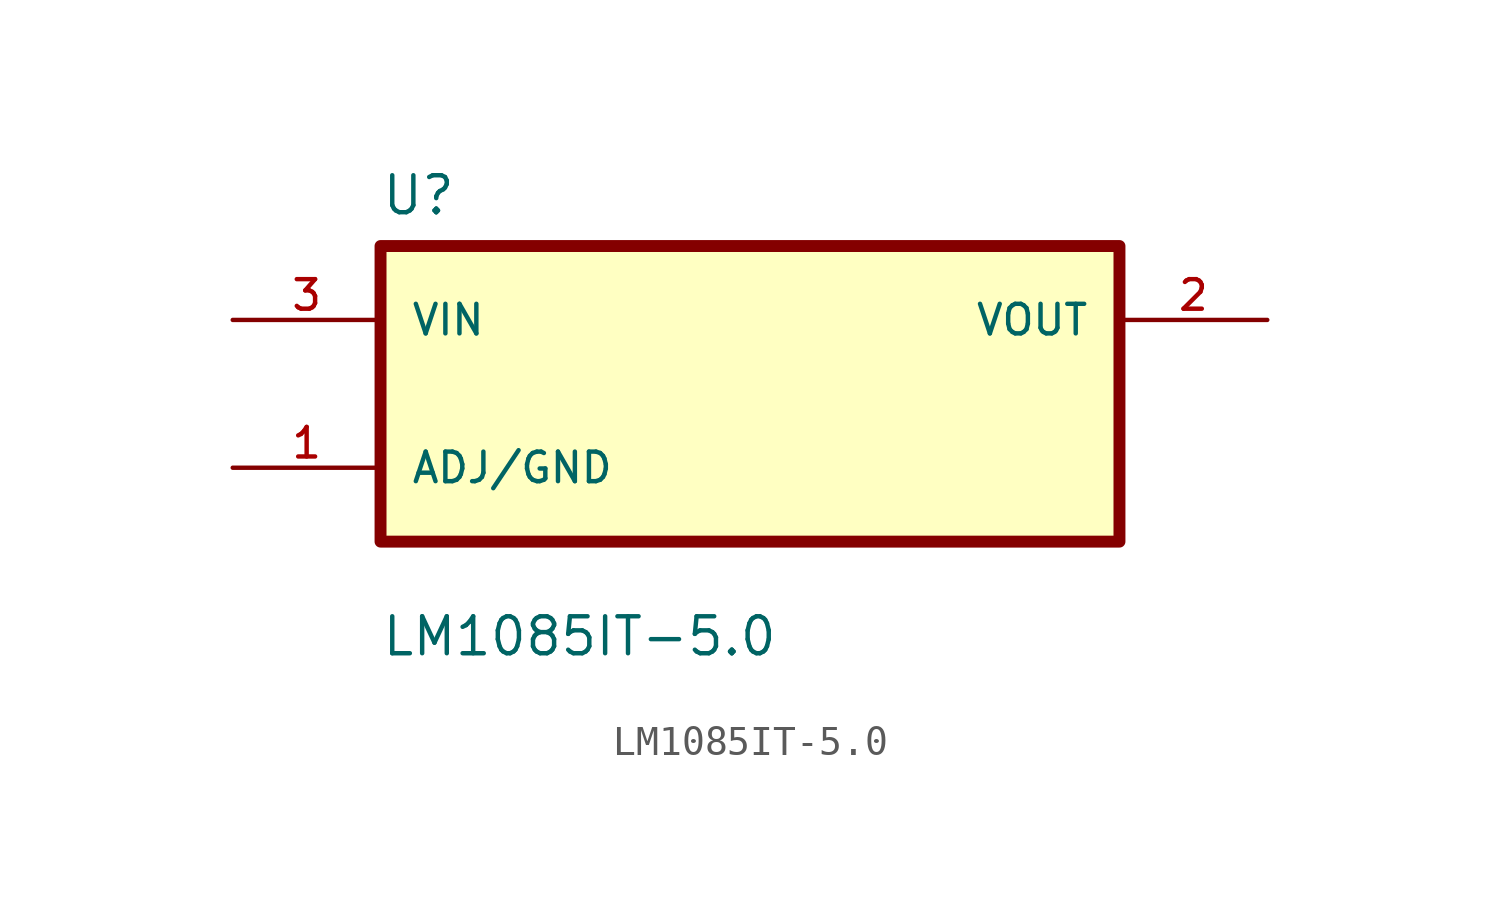
<source format=kicad_sym>
(kicad_symbol_lib
  (version 20211014)
  (generator kicad_symbol_editor)
  (symbol "LM1085IT-5.0"
    (pin_names
      (offset 1.016))
    (property "Reference" "U"
      (at -12.7 6.08 0.0)
      (effects (font (size 1.27 1.27)) (justify bottom left)))
    (property "Value" "LM1085IT-5.0"
      (at -12.7 -9.08 0.0)
      (effects (font (size 1.27 1.27)) (justify bottom left)))
    (symbol "LM1085IT-5.0_0_0"
      (rectangle (start -12.7 -5.08) (end 12.7 5.08) (stroke (width 0.41)) (fill (type background)))
      (pin input line (at -17.78 2.54 0) (length 5.08) (name "VIN" (effects (font (size 1.016 1.016)))) (number "3" (effects (font (size 1.016 1.016)))))
      (pin bidirectional line (at -17.78 -2.54 0) (length 5.08) (name "ADJ/GND" (effects (font (size 1.016 1.016)))) (number "1" (effects (font (size 1.016 1.016)))))
      (pin output line (at 17.78 2.54 180.0) (length 5.08) (name "VOUT" (effects (font (size 1.016 1.016)))) (number "2" (effects (font (size 1.016 1.016))))))))
</source>
